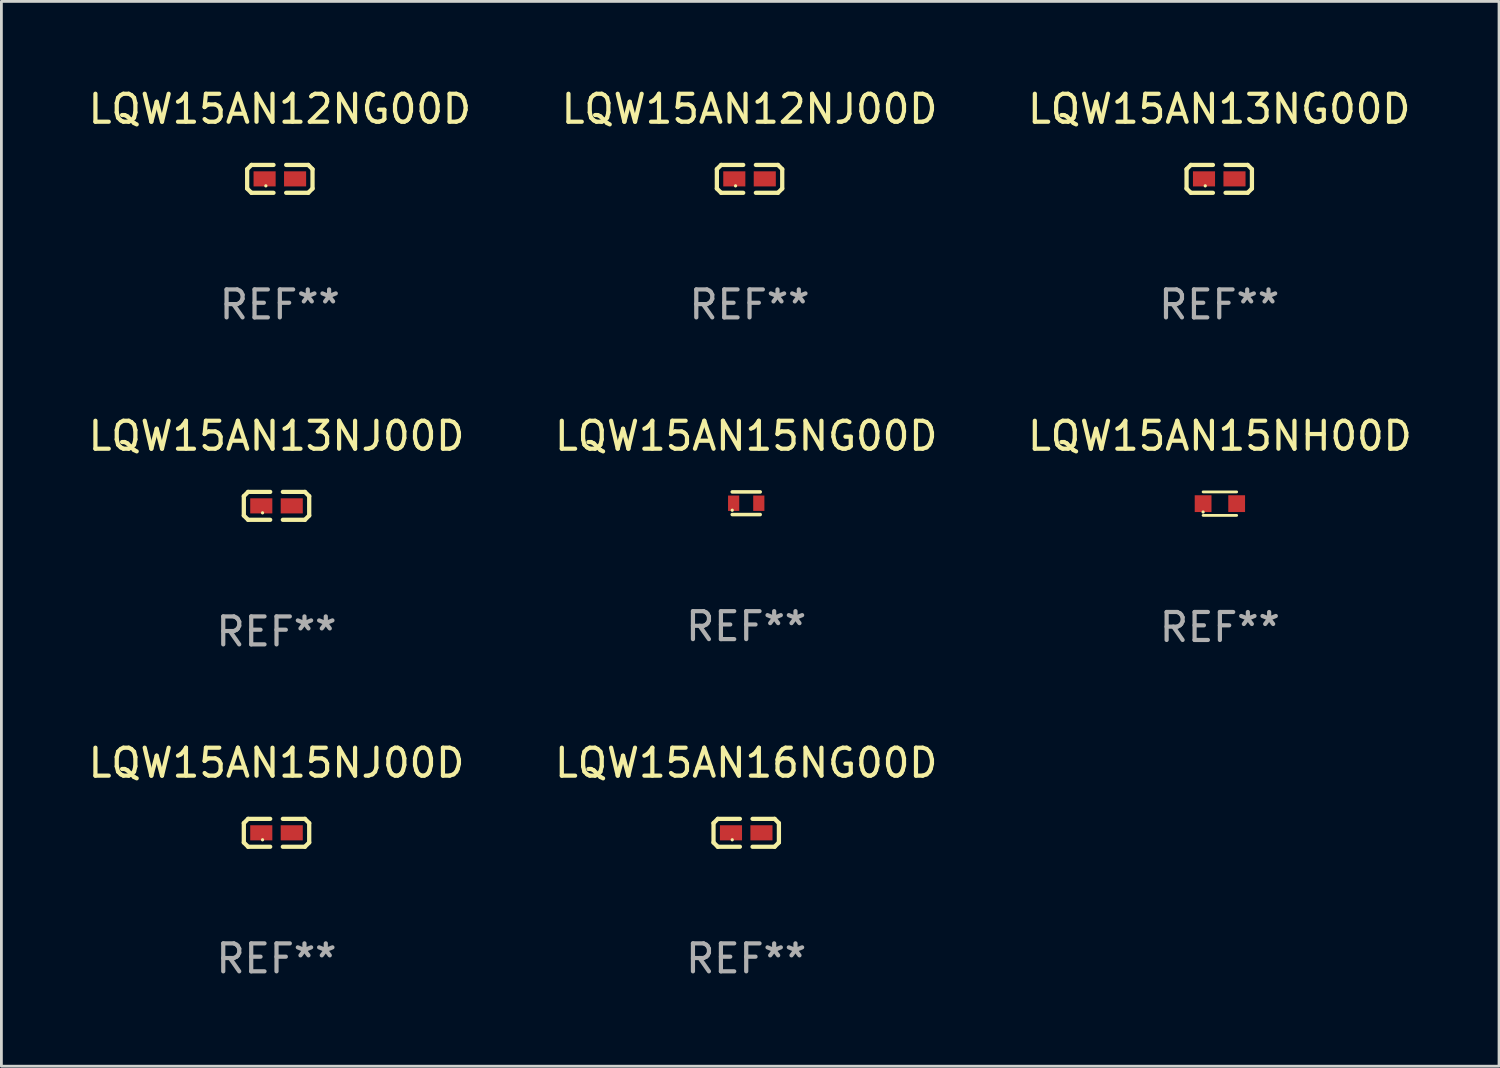
<source format=kicad_pcb>
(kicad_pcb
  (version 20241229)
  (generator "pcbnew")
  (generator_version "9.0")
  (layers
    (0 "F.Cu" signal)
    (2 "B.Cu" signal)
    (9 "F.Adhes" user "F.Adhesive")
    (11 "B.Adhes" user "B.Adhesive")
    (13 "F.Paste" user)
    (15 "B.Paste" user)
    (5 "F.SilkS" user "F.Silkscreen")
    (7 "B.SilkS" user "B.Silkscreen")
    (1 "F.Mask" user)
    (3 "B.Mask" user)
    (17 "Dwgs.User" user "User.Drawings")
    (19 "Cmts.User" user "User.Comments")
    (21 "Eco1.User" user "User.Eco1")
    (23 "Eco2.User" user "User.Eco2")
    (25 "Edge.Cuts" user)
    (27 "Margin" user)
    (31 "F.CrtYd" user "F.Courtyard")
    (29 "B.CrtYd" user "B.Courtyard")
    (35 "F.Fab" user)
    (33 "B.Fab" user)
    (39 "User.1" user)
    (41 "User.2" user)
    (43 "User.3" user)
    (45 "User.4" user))
  (footprint "LQW15AN13NJ00D"
    (layer "F.Cu")
    (at 6.839 15.041)
    (property "Reference" "LQW15AN13NJ00D" (at 0 -2.499 0) (layer "F.SilkS") (effects (font (size 1 1) (thickness 0.15))))
    (attr through_hole)
    (fp_line (start -1.169 -0.346) (end -1.016 -0.499) (stroke (width 0.152) (type solid)) (layer "F.SilkS"))
    (fp_line (start -1.169 0.346) (end -1.169 -0.346) (stroke (width 0.152) (type solid)) (layer "F.SilkS"))
    (fp_line (start -1.016 -0.499) (end -0.226 -0.499) (stroke (width 0.152) (type solid)) (layer "F.SilkS"))
    (fp_line (start -1.016 0.499) (end -1.169 0.346) (stroke (width 0.152) (type solid)) (layer "F.SilkS"))
    (fp_line (start -0.226 0.499) (end -1.016 0.499) (stroke (width 0.152) (type solid)) (layer "F.SilkS"))
    (fp_line (start 0.226 0.499) (end 1.016 0.499) (stroke (width 0.152) (type solid)) (layer "F.SilkS"))
    (fp_line (start 1.016 -0.499) (end 0.226 -0.499) (stroke (width 0.152) (type solid)) (layer "F.SilkS"))
    (fp_line (start 1.016 0.499) (end 1.169 0.346) (stroke (width 0.152) (type solid)) (layer "F.SilkS"))
    (fp_line (start 1.169 -0.346) (end 1.016 -0.499) (stroke (width 0.152) (type solid)) (layer "F.SilkS"))
    (fp_line (start 1.169 0.346) (end 1.169 -0.346) (stroke (width 0.152) (type solid)) (layer "F.SilkS"))
    (fp_circle (center -0.5 0.25) (end -0.47 0.25) (stroke (width 0.06) (type solid)) (fill no) (layer "F.SilkS"))
    (fp_text user "REF**" (at 0 4.499 0) (layer "F.Fab") (effects (font (size 1 1) (thickness 0.15))))
    (pad "1" smd rect (at -0.545 0) (size 0.79 0.54) (layers "F.Cu" "F.Mask" "F.Paste"))
    (pad "2" smd rect (at 0.545 0) (size 0.79 0.54) (layers "F.Cu" "F.Mask" "F.Paste")))
  (footprint "LQW15AN15NH00D"
    (layer "F.Cu")
    (at 40.577 14.962)
    (property "Reference" "LQW15AN15NH00D" (at 0 -2.42 0) (layer "F.SilkS") (effects (font (size 1 1) (thickness 0.15))))
    (attr through_hole)
    (fp_line (start -0.6 -0.42) (end 0.6 -0.42) (stroke (width 0.1) (type solid)) (layer "F.SilkS"))
    (fp_line (start -0.6 0.42) (end 0.6 0.42) (stroke (width 0.1) (type solid)) (layer "F.SilkS"))
    (fp_circle (center -0.6 0.3) (end -0.57 0.3) (stroke (width 0.06) (type solid)) (fill no) (layer "F.SilkS"))
    (fp_text user "REF**" (at 0 4.42 0) (layer "F.Fab") (effects (font (size 1 1) (thickness 0.15))))
    (pad "1" smd rect (at -0.6 0) (size 0.6 0.6) (layers "F.Cu" "F.Mask" "F.Paste"))
    (pad "2" smd rect (at 0.6 0) (size 0.6 0.6) (layers "F.Cu" "F.Mask" "F.Paste")))
  (footprint "LQW15AN15NJ00D"
    (layer "F.Cu")
    (at 6.839 26.734)
    (property "Reference" "LQW15AN15NJ00D" (at 0 -2.499 0) (layer "F.SilkS") (effects (font (size 1 1) (thickness 0.15))))
    (attr through_hole)
    (fp_line (start -1.169 -0.346) (end -1.016 -0.499) (stroke (width 0.152) (type solid)) (layer "F.SilkS"))
    (fp_line (start -1.169 0.346) (end -1.169 -0.346) (stroke (width 0.152) (type solid)) (layer "F.SilkS"))
    (fp_line (start -1.016 -0.499) (end -0.226 -0.499) (stroke (width 0.152) (type solid)) (layer "F.SilkS"))
    (fp_line (start -1.016 0.499) (end -1.169 0.346) (stroke (width 0.152) (type solid)) (layer "F.SilkS"))
    (fp_line (start -0.226 0.499) (end -1.016 0.499) (stroke (width 0.152) (type solid)) (layer "F.SilkS"))
    (fp_line (start 0.226 0.499) (end 1.016 0.499) (stroke (width 0.152) (type solid)) (layer "F.SilkS"))
    (fp_line (start 1.016 -0.499) (end 0.226 -0.499) (stroke (width 0.152) (type solid)) (layer "F.SilkS"))
    (fp_line (start 1.016 0.499) (end 1.169 0.346) (stroke (width 0.152) (type solid)) (layer "F.SilkS"))
    (fp_line (start 1.169 -0.346) (end 1.016 -0.499) (stroke (width 0.152) (type solid)) (layer "F.SilkS"))
    (fp_line (start 1.169 0.346) (end 1.169 -0.346) (stroke (width 0.152) (type solid)) (layer "F.SilkS"))
    (fp_circle (center -0.5 0.25) (end -0.47 0.25) (stroke (width 0.06) (type solid)) (fill no) (layer "F.SilkS"))
    (fp_text user "REF**" (at 0 4.499 0) (layer "F.Fab") (effects (font (size 1 1) (thickness 0.15))))
    (pad "1" smd rect (at -0.545 0) (size 0.79 0.54) (layers "F.Cu" "F.Mask" "F.Paste"))
    (pad "2" smd rect (at 0.545 0) (size 0.79 0.54) (layers "F.Cu" "F.Mask" "F.Paste")))
  (footprint "LQW15AN12NG00D"
    (layer "F.Cu")
    (at 6.958 3.347)
    (property "Reference" "LQW15AN12NG00D" (at 0 -2.499 0) (layer "F.SilkS") (effects (font (size 1 1) (thickness 0.15))))
    (attr through_hole)
    (fp_line (start -1.169 -0.346) (end -1.016 -0.499) (stroke (width 0.152) (type solid)) (layer "F.SilkS"))
    (fp_line (start -1.169 0.346) (end -1.169 -0.346) (stroke (width 0.152) (type solid)) (layer "F.SilkS"))
    (fp_line (start -1.016 -0.499) (end -0.226 -0.499) (stroke (width 0.152) (type solid)) (layer "F.SilkS"))
    (fp_line (start -1.016 0.499) (end -1.169 0.346) (stroke (width 0.152) (type solid)) (layer "F.SilkS"))
    (fp_line (start -0.226 0.499) (end -1.016 0.499) (stroke (width 0.152) (type solid)) (layer "F.SilkS"))
    (fp_line (start 0.226 0.499) (end 1.016 0.499) (stroke (width 0.152) (type solid)) (layer "F.SilkS"))
    (fp_line (start 1.016 -0.499) (end 0.226 -0.499) (stroke (width 0.152) (type solid)) (layer "F.SilkS"))
    (fp_line (start 1.016 0.499) (end 1.169 0.346) (stroke (width 0.152) (type solid)) (layer "F.SilkS"))
    (fp_line (start 1.169 -0.346) (end 1.016 -0.499) (stroke (width 0.152) (type solid)) (layer "F.SilkS"))
    (fp_line (start 1.169 0.346) (end 1.169 -0.346) (stroke (width 0.152) (type solid)) (layer "F.SilkS"))
    (fp_circle (center -0.5 0.25) (end -0.47 0.25) (stroke (width 0.06) (type solid)) (fill no) (layer "F.SilkS"))
    (fp_text user "REF**" (at 0 4.499 0) (layer "F.Fab") (effects (font (size 1 1) (thickness 0.15))))
    (pad "1" smd rect (at -0.545 0) (size 0.79 0.54) (layers "F.Cu" "F.Mask" "F.Paste"))
    (pad "2" smd rect (at 0.545 0) (size 0.79 0.54) (layers "F.Cu" "F.Mask" "F.Paste")))
  (footprint "LQW15AN16NG00D"
    (layer "F.Cu")
    (at 23.637 26.734)
    (property "Reference" "LQW15AN16NG00D" (at 0 -2.499 0) (layer "F.SilkS") (effects (font (size 1 1) (thickness 0.15))))
    (attr through_hole)
    (fp_line (start -1.169 -0.346) (end -1.016 -0.499) (stroke (width 0.152) (type solid)) (layer "F.SilkS"))
    (fp_line (start -1.169 0.346) (end -1.169 -0.346) (stroke (width 0.152) (type solid)) (layer "F.SilkS"))
    (fp_line (start -1.016 -0.499) (end -0.226 -0.499) (stroke (width 0.152) (type solid)) (layer "F.SilkS"))
    (fp_line (start -1.016 0.499) (end -1.169 0.346) (stroke (width 0.152) (type solid)) (layer "F.SilkS"))
    (fp_line (start -0.226 0.499) (end -1.016 0.499) (stroke (width 0.152) (type solid)) (layer "F.SilkS"))
    (fp_line (start 0.226 0.499) (end 1.016 0.499) (stroke (width 0.152) (type solid)) (layer "F.SilkS"))
    (fp_line (start 1.016 -0.499) (end 0.226 -0.499) (stroke (width 0.152) (type solid)) (layer "F.SilkS"))
    (fp_line (start 1.016 0.499) (end 1.169 0.346) (stroke (width 0.152) (type solid)) (layer "F.SilkS"))
    (fp_line (start 1.169 -0.346) (end 1.016 -0.499) (stroke (width 0.152) (type solid)) (layer "F.SilkS"))
    (fp_line (start 1.169 0.346) (end 1.169 -0.346) (stroke (width 0.152) (type solid)) (layer "F.SilkS"))
    (fp_circle (center -0.5 0.25) (end -0.47 0.25) (stroke (width 0.06) (type solid)) (fill no) (layer "F.SilkS"))
    (fp_text user "REF**" (at 0 4.499 0) (layer "F.Fab") (effects (font (size 1 1) (thickness 0.15))))
    (pad "1" smd rect (at -0.545 0) (size 0.79 0.54) (layers "F.Cu" "F.Mask" "F.Paste"))
    (pad "2" smd rect (at 0.545 0) (size 0.79 0.54) (layers "F.Cu" "F.Mask" "F.Paste")))
  (footprint "LQW15AN12NJ00D"
    (layer "F.Cu")
    (at 23.756 3.347)
    (property "Reference" "LQW15AN12NJ00D" (at 0 -2.499 0) (layer "F.SilkS") (effects (font (size 1 1) (thickness 0.15))))
    (attr through_hole)
    (fp_line (start -1.169 -0.346) (end -1.016 -0.499) (stroke (width 0.152) (type solid)) (layer "F.SilkS"))
    (fp_line (start -1.169 0.346) (end -1.169 -0.346) (stroke (width 0.152) (type solid)) (layer "F.SilkS"))
    (fp_line (start -1.016 -0.499) (end -0.226 -0.499) (stroke (width 0.152) (type solid)) (layer "F.SilkS"))
    (fp_line (start -1.016 0.499) (end -1.169 0.346) (stroke (width 0.152) (type solid)) (layer "F.SilkS"))
    (fp_line (start -0.226 0.499) (end -1.016 0.499) (stroke (width 0.152) (type solid)) (layer "F.SilkS"))
    (fp_line (start 0.226 0.499) (end 1.016 0.499) (stroke (width 0.152) (type solid)) (layer "F.SilkS"))
    (fp_line (start 1.016 -0.499) (end 0.226 -0.499) (stroke (width 0.152) (type solid)) (layer "F.SilkS"))
    (fp_line (start 1.016 0.499) (end 1.169 0.346) (stroke (width 0.152) (type solid)) (layer "F.SilkS"))
    (fp_line (start 1.169 -0.346) (end 1.016 -0.499) (stroke (width 0.152) (type solid)) (layer "F.SilkS"))
    (fp_line (start 1.169 0.346) (end 1.169 -0.346) (stroke (width 0.152) (type solid)) (layer "F.SilkS"))
    (fp_circle (center -0.5 0.25) (end -0.47 0.25) (stroke (width 0.06) (type solid)) (fill no) (layer "F.SilkS"))
    (fp_text user "REF**" (at 0 4.499 0) (layer "F.Fab") (effects (font (size 1 1) (thickness 0.15))))
    (pad "1" smd rect (at -0.545 0) (size 0.79 0.54) (layers "F.Cu" "F.Mask" "F.Paste"))
    (pad "2" smd rect (at 0.545 0) (size 0.79 0.54) (layers "F.Cu" "F.Mask" "F.Paste")))
  (footprint "LQW15AN13NG00D"
    (layer "F.Cu")
    (at 40.554 3.347)
    (property "Reference" "LQW15AN13NG00D" (at 0 -2.499 0) (layer "F.SilkS") (effects (font (size 1 1) (thickness 0.15))))
    (attr through_hole)
    (fp_line (start -1.169 -0.346) (end -1.016 -0.499) (stroke (width 0.152) (type solid)) (layer "F.SilkS"))
    (fp_line (start -1.169 0.346) (end -1.169 -0.346) (stroke (width 0.152) (type solid)) (layer "F.SilkS"))
    (fp_line (start -1.016 -0.499) (end -0.226 -0.499) (stroke (width 0.152) (type solid)) (layer "F.SilkS"))
    (fp_line (start -1.016 0.499) (end -1.169 0.346) (stroke (width 0.152) (type solid)) (layer "F.SilkS"))
    (fp_line (start -0.226 0.499) (end -1.016 0.499) (stroke (width 0.152) (type solid)) (layer "F.SilkS"))
    (fp_line (start 0.226 0.499) (end 1.016 0.499) (stroke (width 0.152) (type solid)) (layer "F.SilkS"))
    (fp_line (start 1.016 -0.499) (end 0.226 -0.499) (stroke (width 0.152) (type solid)) (layer "F.SilkS"))
    (fp_line (start 1.016 0.499) (end 1.169 0.346) (stroke (width 0.152) (type solid)) (layer "F.SilkS"))
    (fp_line (start 1.169 -0.346) (end 1.016 -0.499) (stroke (width 0.152) (type solid)) (layer "F.SilkS"))
    (fp_line (start 1.169 0.346) (end 1.169 -0.346) (stroke (width 0.152) (type solid)) (layer "F.SilkS"))
    (fp_circle (center -0.5 0.25) (end -0.47 0.25) (stroke (width 0.06) (type solid)) (fill no) (layer "F.SilkS"))
    (fp_text user "REF**" (at 0 4.499 0) (layer "F.Fab") (effects (font (size 1 1) (thickness 0.15))))
    (pad "1" smd rect (at -0.545 0) (size 0.79 0.54) (layers "F.Cu" "F.Mask" "F.Paste"))
    (pad "2" smd rect (at 0.545 0) (size 0.79 0.54) (layers "F.Cu" "F.Mask" "F.Paste")))
  (footprint "LQW15AN15NG00D"
    (layer "F.Cu")
    (at 23.637 14.947)
    (property "Reference" "LQW15AN15NG00D" (at 0 -2.405 0) (layer "F.SilkS") (effects (font (size 1 1) (thickness 0.15))))
    (attr through_hole)
    (fp_line (start -0.5 -0.405) (end 0.5 -0.405) (stroke (width 0.127) (type solid)) (layer "F.SilkS"))
    (fp_line (start -0.5 0.405) (end 0.5 0.405) (stroke (width 0.127) (type solid)) (layer "F.SilkS"))
    (fp_circle (center -0.5 0.25) (end -0.47 0.25) (stroke (width 0.06) (type solid)) (fill no) (layer "F.SilkS"))
    (fp_text user "REF**" (at 0 4.405 0) (layer "F.Fab") (effects (font (size 1 1) (thickness 0.15))))
    (pad "1" smd rect (at -0.45 0 90) (size 0.55 0.4) (layers "F.Cu" "F.Mask" "F.Paste"))
    (pad "2" smd rect (at 0.45 0 90) (size 0.55 0.4) (layers "F.Cu" "F.Mask" "F.Paste")))
  (gr_rect
    (start -3 -3)
    (end 50.56 35.081)
    (stroke (width 0.1) (type default))
    (fill no)
    (layer "Edge.Cuts")))
</source>
